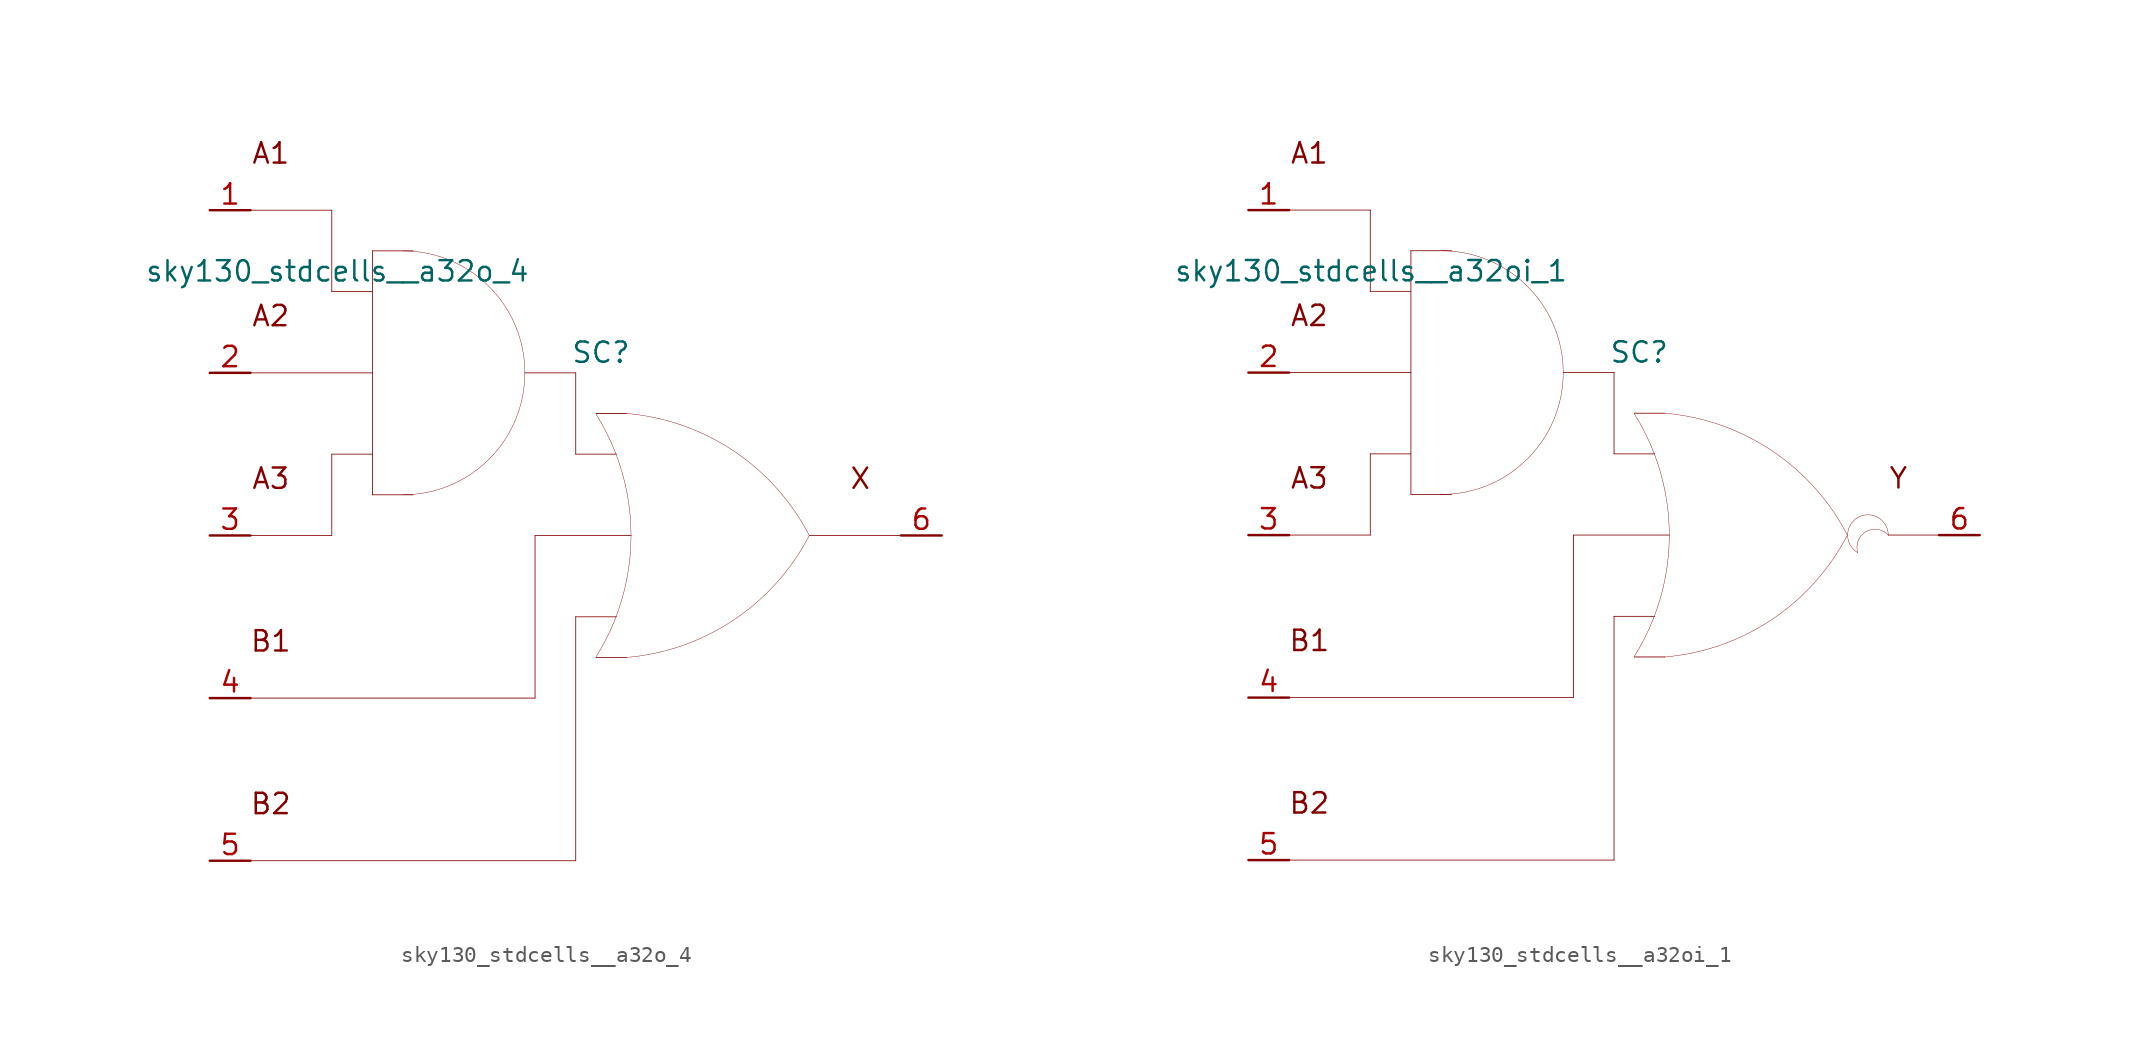
<source format=kicad_sym>
(kicad_symbol_lib
  (version 20211014)
  (generator kicad_symbol_editor)
  (symbol "sky130_stdcells__a32o_4"
    (pin_names hide)
    (property "Reference" "SC"
      (at 1.575 11.43 0)
      (effects (font (size 1.27 1.27))))
    (property "Value" "sky130_stdcells__a32o_4"
      (at -2.845 16.51 0)
      (effects (font (size 1.27 1.27)) (justify right)))
    (symbol "sky130_stdcells__a32o_4_0_0"
      (arc (start -10.795 2.54) (mid -8.8228 2.7996) (end -6.985 3.5609) (stroke (width 0.0254) (type default) (color 0 0 0 0)) (fill (type none)))
      (arc (start -6.985 3.5609) (mid -5.4069 4.7719) (end -4.1959 6.35) (stroke (width 0.0254) (type default) (color 0 0 0 0)) (fill (type none)))
      (arc (start -6.985 16.7591) (mid -8.8228 17.5203) (end -10.795 17.78) (stroke (width 0.0254) (type default) (color 0 0 0 0)) (fill (type none)))
      (arc (start -4.1959 6.35) (mid -3.4347 8.1878) (end -3.175 10.16) (stroke (width 0.0254) (type default) (color 0 0 0 0)) (fill (type none)))
      (arc (start -4.1959 13.97) (mid -5.4069 15.5481) (end -6.985 16.7591) (stroke (width 0.0254) (type default) (color 0 0 0 0)) (fill (type none)))
      (arc (start -3.175 10.16) (mid -3.4346 12.1322) (end -4.1959 13.97) (stroke (width 0.0254) (type default) (color 0 0 0 0)) (fill (type none)))
      (polyline (pts (xy -20.32 -20.32) (xy 0 -20.32)) (stroke (width 0.051) (type default) (color 0 0 0 0)) (fill (type none)))
      (polyline (pts (xy -20.32 -10.16) (xy -2.54 -10.16)) (stroke (width 0.051) (type default) (color 0 0 0 0)) (fill (type none)))
      (polyline (pts (xy -20.32 0) (xy -15.24 0)) (stroke (width 0.051) (type default) (color 0 0 0 0)) (fill (type none)))
      (polyline (pts (xy -20.32 10.16) (xy -12.7 10.16)) (stroke (width 0.051) (type default) (color 0 0 0 0)) (fill (type none)))
      (polyline (pts (xy -20.32 20.32) (xy -15.24 20.32)) (stroke (width 0.051) (type default) (color 0 0 0 0)) (fill (type none)))
      (polyline (pts (xy -15.24 5.08) (xy -15.24 0)) (stroke (width 0.051) (type default) (color 0 0 0 0)) (fill (type none)))
      (polyline (pts (xy -15.24 5.08) (xy -12.7 5.08)) (stroke (width 0.051) (type default) (color 0 0 0 0)) (fill (type none)))
      (polyline (pts (xy -15.24 15.24) (xy -12.7 15.24)) (stroke (width 0.051) (type default) (color 0 0 0 0)) (fill (type none)))
      (polyline (pts (xy -15.24 20.32) (xy -15.24 15.24)) (stroke (width 0.051) (type default) (color 0 0 0 0)) (fill (type none)))
      (polyline (pts (xy -12.7 2.54) (xy -10.16 2.54)) (stroke (width 0.051) (type default) (color 0 0 0 0)) (fill (type none)))
      (polyline (pts (xy -12.7 17.78) (xy -12.7 2.54)) (stroke (width 0.051) (type default) (color 0 0 0 0)) (fill (type none)))
      (polyline (pts (xy -12.7 17.78) (xy -10.16 17.78)) (stroke (width 0.051) (type default) (color 0 0 0 0)) (fill (type none)))
      (polyline (pts (xy -3.175 10.16) (xy 0 10.16)) (stroke (width 0.051) (type default) (color 0 0 0 0)) (fill (type none)))
      (polyline (pts (xy -2.54 0) (xy -2.54 -10.16)) (stroke (width 0.051) (type default) (color 0 0 0 0)) (fill (type none)))
      (polyline (pts (xy -2.54 0) (xy 3.454 0)) (stroke (width 0.051) (type default) (color 0 0 0 0)) (fill (type none)))
      (polyline (pts (xy 0 -5.08) (xy 0 -20.32)) (stroke (width 0.051) (type default) (color 0 0 0 0)) (fill (type none)))
      (polyline (pts (xy 0 -5.08) (xy 2.54 -5.08)) (stroke (width 0.051) (type default) (color 0 0 0 0)) (fill (type none)))
      (polyline (pts (xy 0 5.08) (xy 2.54 5.08)) (stroke (width 0.051) (type default) (color 0 0 0 0)) (fill (type none)))
      (polyline (pts (xy 0 10.16) (xy 0 5.08)) (stroke (width 0.051) (type default) (color 0 0 0 0)) (fill (type none)))
      (polyline (pts (xy 1.27 -7.62) (xy 3.175 -7.62)) (stroke (width 0.051) (type default) (color 0 0 0 0)) (fill (type none)))
      (polyline (pts (xy 1.27 7.62) (xy 3.175 7.62)) (stroke (width 0.051) (type default) (color 0 0 0 0)) (fill (type none)))
      (polyline (pts (xy 14.605 0) (xy 20.32 0)) (stroke (width 0.051) (type default) (color 0 0 0 0)) (fill (type none)))
      (arc (start 1.2495 -7.6142) (mid 1.907 -6.458) (end 2.4538 -5.2456) (stroke (width 0.0254) (type default) (color 0 0 0 0)) (fill (type none)))
      (arc (start 2.4538 -5.2456) (mid 2.8887 -3.9755) (end 3.202 -2.6701) (stroke (width 0.0254) (type default) (color 0 0 0 0)) (fill (type none)))
      (arc (start 2.472 5.1993) (mid 1.9238 6.4248) (end 1.2627 7.5932) (stroke (width 0.0254) (type default) (color 0 0 0 0)) (fill (type none)))
      (arc (start 3.1446 -7.6231) (mid 9.8386 -5.2986) (end 14.5755 -0.0284) (stroke (width 0.0254) (type default) (color 0 0 0 0)) (fill (type none)))
      (arc (start 3.202 -2.6701) (mid 3.3912 -1.341) (end 3.4544 0) (stroke (width 0.0254) (type default) (color 0 0 0 0)) (fill (type none)))
      (arc (start 3.2066 2.6456) (mid 2.8989 3.9396) (end 2.472 5.1993) (stroke (width 0.0254) (type default) (color 0 0 0 0)) (fill (type none)))
      (arc (start 3.4544 0) (mid 3.3923 1.3286) (end 3.2066 2.6456) (stroke (width 0.0254) (type default) (color 0 0 0 0)) (fill (type none)))
      (arc (start 14.5983 -0.0156) (mid 9.8798 5.271) (end 3.194 7.6189) (stroke (width 0.0254) (type default) (color 0 0 0 0)) (fill (type none)))
      (text "A1" (at -19.05 23.876 0) (effects (font (size 1.27 1.27))))
      (text "A2" (at -19.05 13.716 0) (effects (font (size 1.27 1.27))))
      (text "A3" (at -19.05 3.556 0) (effects (font (size 1.27 1.27))))
      (text "B1" (at -19.05 -6.604 0) (effects (font (size 1.27 1.27))))
      (text "B2" (at -19.05 -16.764 0) (effects (font (size 1.27 1.27))))
      (text "X" (at 17.78 3.556 0) (effects (font (size 1.27 1.27)))))
    (symbol "sky130_stdcells__a32o_4_1_1"
      (pin input line (at -22.86 20.32 0) (length 2.54) (name "A1" (effects (font (size 1.092 1.092)))) (number "1" (effects (font (size 1.27 1.27)))))
      (pin input line (at -22.86 10.16 0) (length 2.54) (name "A2" (effects (font (size 1.092 1.092)))) (number "2" (effects (font (size 1.27 1.27)))))
      (pin input line (at -22.86 0 0) (length 2.54) (name "A3" (effects (font (size 1.092 1.092)))) (number "3" (effects (font (size 1.27 1.27)))))
      (pin input line (at -22.86 -10.16 0) (length 2.54) (name "B1" (effects (font (size 1.092 1.092)))) (number "4" (effects (font (size 1.27 1.27)))))
      (pin input line (at -22.86 -20.32 0) (length 2.54) (name "B2" (effects (font (size 1.092 1.092)))) (number "5" (effects (font (size 1.27 1.27)))))
      (pin output line (at 22.86 0 180) (length 2.54) (name "X" (effects (font (size 1.092 1.092)))) (number "6" (effects (font (size 1.27 1.27)))))))
  (symbol "sky130_stdcells__a32oi_1"
    (pin_names hide)
    (property "Reference" "SC"
      (at 1.575 11.43 0)
      (effects (font (size 1.27 1.27))))
    (property "Value" "sky130_stdcells__a32oi_1"
      (at -2.845 16.51 0)
      (effects (font (size 1.27 1.27)) (justify right)))
    (symbol "sky130_stdcells__a32oi_1_0_0"
      (arc (start -10.795 2.54) (mid -8.8228 2.7996) (end -6.985 3.5609) (stroke (width 0.0254) (type default) (color 0 0 0 0)) (fill (type none)))
      (arc (start -6.985 3.5609) (mid -5.4069 4.7719) (end -4.1959 6.35) (stroke (width 0.0254) (type default) (color 0 0 0 0)) (fill (type none)))
      (arc (start -6.985 16.7591) (mid -8.8228 17.5203) (end -10.795 17.78) (stroke (width 0.0254) (type default) (color 0 0 0 0)) (fill (type none)))
      (arc (start -4.1959 6.35) (mid -3.4347 8.1878) (end -3.175 10.16) (stroke (width 0.0254) (type default) (color 0 0 0 0)) (fill (type none)))
      (arc (start -4.1959 13.97) (mid -5.4069 15.5481) (end -6.985 16.7591) (stroke (width 0.0254) (type default) (color 0 0 0 0)) (fill (type none)))
      (arc (start -3.175 10.16) (mid -3.4346 12.1322) (end -4.1959 13.97) (stroke (width 0.0254) (type default) (color 0 0 0 0)) (fill (type none)))
      (polyline (pts (xy -20.32 -20.32) (xy 0 -20.32)) (stroke (width 0.051) (type default) (color 0 0 0 0)) (fill (type none)))
      (polyline (pts (xy -20.32 -10.16) (xy -2.54 -10.16)) (stroke (width 0.051) (type default) (color 0 0 0 0)) (fill (type none)))
      (polyline (pts (xy -20.32 0) (xy -15.24 0)) (stroke (width 0.051) (type default) (color 0 0 0 0)) (fill (type none)))
      (polyline (pts (xy -20.32 10.16) (xy -12.7 10.16)) (stroke (width 0.051) (type default) (color 0 0 0 0)) (fill (type none)))
      (polyline (pts (xy -20.32 20.32) (xy -15.24 20.32)) (stroke (width 0.051) (type default) (color 0 0 0 0)) (fill (type none)))
      (polyline (pts (xy -15.24 5.08) (xy -15.24 0)) (stroke (width 0.051) (type default) (color 0 0 0 0)) (fill (type none)))
      (polyline (pts (xy -15.24 5.08) (xy -12.7 5.08)) (stroke (width 0.051) (type default) (color 0 0 0 0)) (fill (type none)))
      (polyline (pts (xy -15.24 15.24) (xy -12.7 15.24)) (stroke (width 0.051) (type default) (color 0 0 0 0)) (fill (type none)))
      (polyline (pts (xy -15.24 20.32) (xy -15.24 15.24)) (stroke (width 0.051) (type default) (color 0 0 0 0)) (fill (type none)))
      (polyline (pts (xy -12.7 2.54) (xy -10.16 2.54)) (stroke (width 0.051) (type default) (color 0 0 0 0)) (fill (type none)))
      (polyline (pts (xy -12.7 17.78) (xy -12.7 2.54)) (stroke (width 0.051) (type default) (color 0 0 0 0)) (fill (type none)))
      (polyline (pts (xy -12.7 17.78) (xy -10.16 17.78)) (stroke (width 0.051) (type default) (color 0 0 0 0)) (fill (type none)))
      (polyline (pts (xy -3.175 10.16) (xy 0 10.16)) (stroke (width 0.051) (type default) (color 0 0 0 0)) (fill (type none)))
      (polyline (pts (xy -2.54 0) (xy -2.54 -10.16)) (stroke (width 0.051) (type default) (color 0 0 0 0)) (fill (type none)))
      (polyline (pts (xy -2.54 0) (xy 3.454 0)) (stroke (width 0.051) (type default) (color 0 0 0 0)) (fill (type none)))
      (polyline (pts (xy 0 -5.08) (xy 0 -20.32)) (stroke (width 0.051) (type default) (color 0 0 0 0)) (fill (type none)))
      (polyline (pts (xy 0 -5.08) (xy 2.54 -5.08)) (stroke (width 0.051) (type default) (color 0 0 0 0)) (fill (type none)))
      (polyline (pts (xy 0 5.08) (xy 2.54 5.08)) (stroke (width 0.051) (type default) (color 0 0 0 0)) (fill (type none)))
      (polyline (pts (xy 0 10.16) (xy 0 5.08)) (stroke (width 0.051) (type default) (color 0 0 0 0)) (fill (type none)))
      (polyline (pts (xy 1.27 -7.62) (xy 3.175 -7.62)) (stroke (width 0.051) (type default) (color 0 0 0 0)) (fill (type none)))
      (polyline (pts (xy 1.27 7.62) (xy 3.175 7.62)) (stroke (width 0.051) (type default) (color 0 0 0 0)) (fill (type none)))
      (polyline (pts (xy 17.145 0) (xy 20.32 0)) (stroke (width 0.051) (type default) (color 0 0 0 0)) (fill (type none)))
      (arc (start 1.2495 -7.6142) (mid 1.907 -6.458) (end 2.4538 -5.2456) (stroke (width 0.0254) (type default) (color 0 0 0 0)) (fill (type none)))
      (arc (start 2.4538 -5.2456) (mid 2.8887 -3.9755) (end 3.202 -2.6701) (stroke (width 0.0254) (type default) (color 0 0 0 0)) (fill (type none)))
      (arc (start 2.472 5.1993) (mid 1.9238 6.4248) (end 1.2627 7.5932) (stroke (width 0.0254) (type default) (color 0 0 0 0)) (fill (type none)))
      (arc (start 3.1446 -7.6231) (mid 9.8386 -5.2986) (end 14.5755 -0.0284) (stroke (width 0.0254) (type default) (color 0 0 0 0)) (fill (type none)))
      (arc (start 3.202 -2.6701) (mid 3.3912 -1.341) (end 3.4544 0) (stroke (width 0.0254) (type default) (color 0 0 0 0)) (fill (type none)))
      (arc (start 3.2066 2.6456) (mid 2.8989 3.9396) (end 2.472 5.1993) (stroke (width 0.0254) (type default) (color 0 0 0 0)) (fill (type none)))
      (arc (start 3.4544 0) (mid 3.3923 1.3286) (end 3.2066 2.6456) (stroke (width 0.0254) (type default) (color 0 0 0 0)) (fill (type none)))
      (arc (start 14.5983 -0.0156) (mid 9.8798 5.271) (end 3.194 7.6189) (stroke (width 0.0254) (type default) (color 0 0 0 0)) (fill (type none)))
      (arc (start 15.24 1.0999) (mid 14.605 0) (end 15.24 -1.0999) (stroke (width 0.0254) (type default) (color 0 0 0 0)) (fill (type none)))
      (arc (start 17.145 0) (mid 15.2881 0.4743) (end 15.24 -1.0999) (stroke (width 0.0254) (type default) (color 0 0 0 0)) (fill (type none)))
      (arc (start 17.145 0) (mid 16.51 1.0998) (end 15.24 1.0999) (stroke (width 0.0254) (type default) (color 0 0 0 0)) (fill (type none)))
      (text "A1" (at -19.05 23.876 0) (effects (font (size 1.27 1.27))))
      (text "A2" (at -19.05 13.716 0) (effects (font (size 1.27 1.27))))
      (text "A3" (at -19.05 3.556 0) (effects (font (size 1.27 1.27))))
      (text "B1" (at -19.05 -6.604 0) (effects (font (size 1.27 1.27))))
      (text "B2" (at -19.05 -16.764 0) (effects (font (size 1.27 1.27))))
      (text "Y" (at 17.78 3.556 0) (effects (font (size 1.27 1.27)))))
    (symbol "sky130_stdcells__a32oi_1_1_1"
      (pin input line (at -22.86 20.32 0) (length 2.54) (name "A1" (effects (font (size 1.092 1.092)))) (number "1" (effects (font (size 1.27 1.27)))))
      (pin input line (at -22.86 10.16 0) (length 2.54) (name "A2" (effects (font (size 1.092 1.092)))) (number "2" (effects (font (size 1.27 1.27)))))
      (pin input line (at -22.86 0 0) (length 2.54) (name "A3" (effects (font (size 1.092 1.092)))) (number "3" (effects (font (size 1.27 1.27)))))
      (pin input line (at -22.86 -10.16 0) (length 2.54) (name "B1" (effects (font (size 1.092 1.092)))) (number "4" (effects (font (size 1.27 1.27)))))
      (pin input line (at -22.86 -20.32 0) (length 2.54) (name "B2" (effects (font (size 1.092 1.092)))) (number "5" (effects (font (size 1.27 1.27)))))
      (pin output line (at 22.86 0 180) (length 2.54) (name "Y" (effects (font (size 1.092 1.092)))) (number "6" (effects (font (size 1.27 1.27))))))))
</source>
